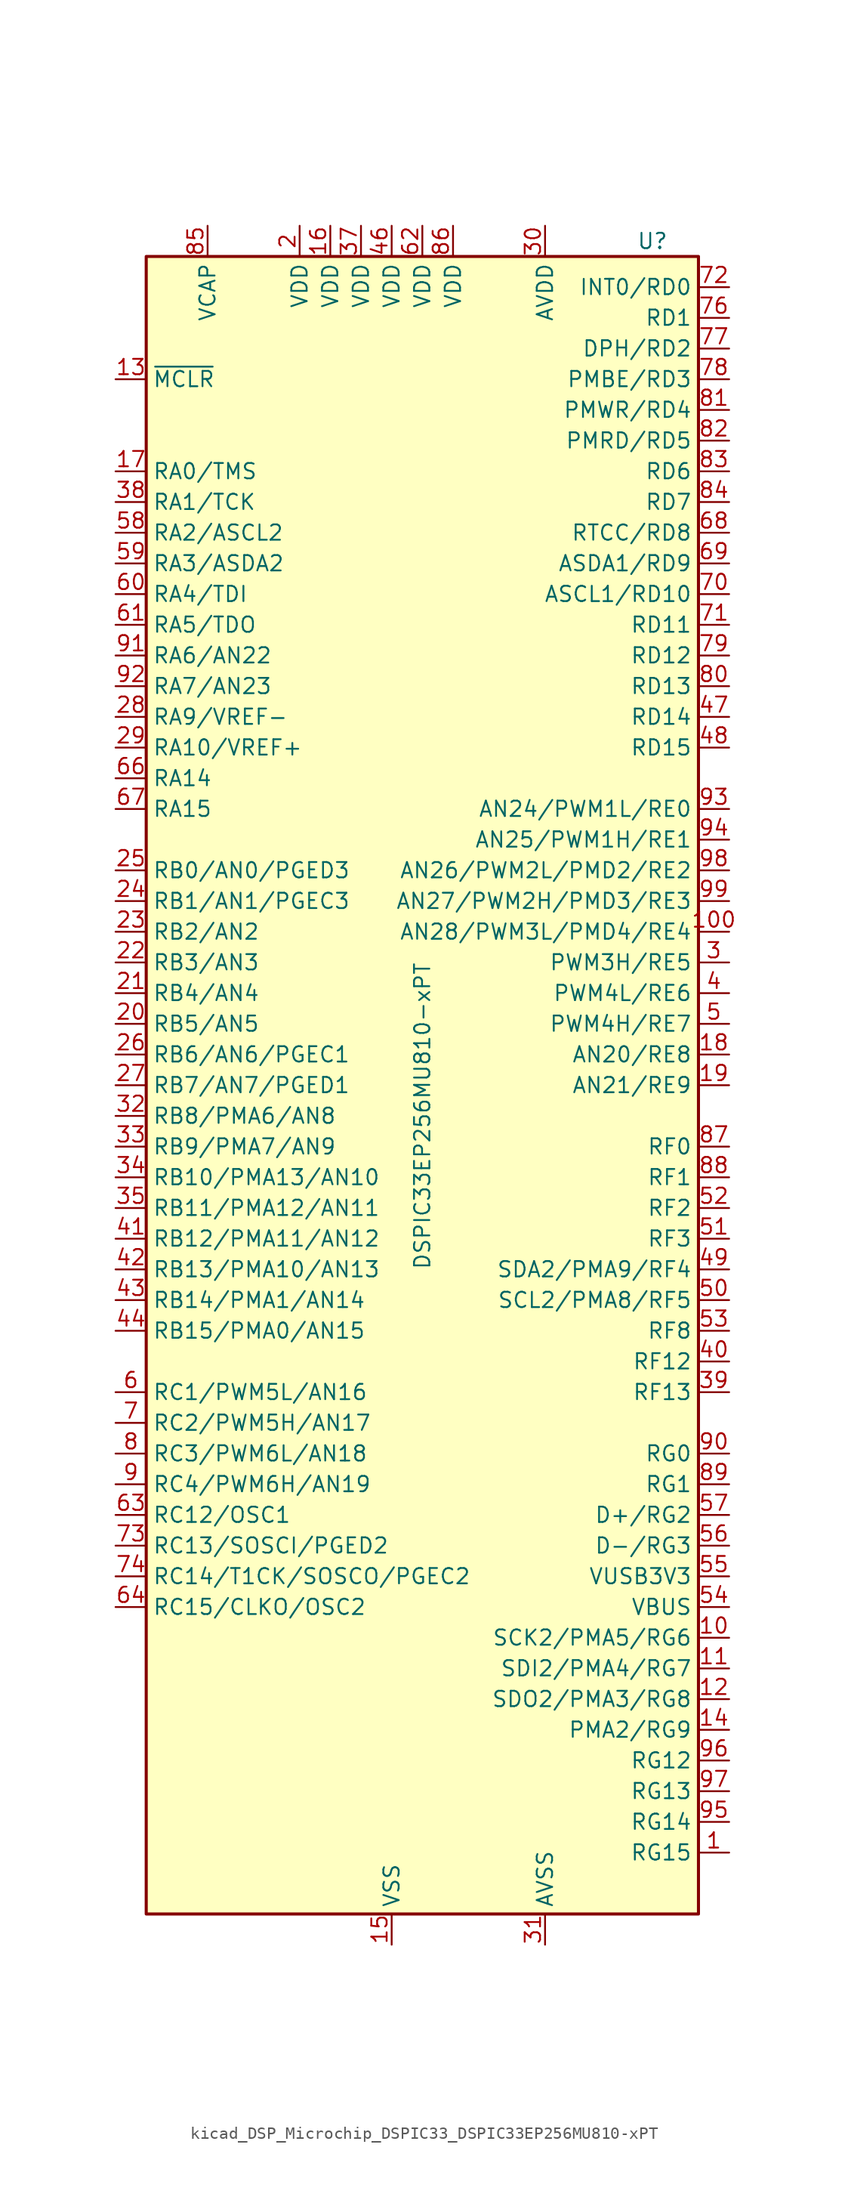
<source format=kicad_sym>
(kicad_symbol_lib
  (version 20220914)
  (generator kicad_symbol_editor)
  (symbol "kicad_DSP_Microchip_DSPIC33_DSPIC33EP256MU810-xPT"
    (property "Reference" "U"
      (at 19.05 69.85 0)
      (effects (font (size 1.27 1.27))))
    (property "Value" "DSPIC33EP256MU810-xPT"
      (at 0 -2.54 90)
      (effects (font (size 1.27 1.27))))
    (symbol "kicad_DSP_Microchip_DSPIC33_DSPIC33EP256MU810-xPT_0_1"
      (rectangle (start -22.86 68.58) (end 22.86 -68.58) (stroke (width 0.254) (type default)) (fill (type background))))
    (symbol "kicad_DSP_Microchip_DSPIC33_DSPIC33EP256MU810-xPT_1_1"
      (pin bidirectional line (at 25.4 -63.5 180) (length 2.54) (name "RG15" (effects (font (size 1.27 1.27)))) (number "1" (effects (font (size 1.27 1.27)))))
      (pin bidirectional line (at 25.4 -45.72 180) (length 2.54) (name "SCK2/PMA5/RG6" (effects (font (size 1.27 1.27)))) (number "10" (effects (font (size 1.27 1.27)))))
      (pin bidirectional line (at 25.4 12.7 180) (length 2.54) (name "AN28/PWM3L/PMD4/RE4" (effects (font (size 1.27 1.27)))) (number "100" (effects (font (size 1.27 1.27)))))
      (pin bidirectional line (at 25.4 -48.26 180) (length 2.54) (name "SDI2/PMA4/RG7" (effects (font (size 1.27 1.27)))) (number "11" (effects (font (size 1.27 1.27)))))
      (pin bidirectional line (at 25.4 -50.8 180) (length 2.54) (name "SDO2/PMA3/RG8" (effects (font (size 1.27 1.27)))) (number "12" (effects (font (size 1.27 1.27)))))
      (pin input line (at -25.4 58.42 0) (length 2.54) (name "~{MCLR}" (effects (font (size 1.27 1.27)))) (number "13" (effects (font (size 1.27 1.27)))))
      (pin bidirectional line (at 25.4 -53.34 180) (length 2.54) (name "PMA2/RG9" (effects (font (size 1.27 1.27)))) (number "14" (effects (font (size 1.27 1.27)))))
      (pin power_in line (at -2.54 -71.12 90) (length 2.54) (name "VSS" (effects (font (size 1.27 1.27)))) (number "15" (effects (font (size 1.27 1.27)))))
      (pin power_in line (at -7.62 71.12 270) (length 2.54) (name "VDD" (effects (font (size 1.27 1.27)))) (number "16" (effects (font (size 1.27 1.27)))))
      (pin bidirectional line (at -25.4 50.8 0) (length 2.54) (name "RA0/TMS" (effects (font (size 1.27 1.27)))) (number "17" (effects (font (size 1.27 1.27)))))
      (pin bidirectional line (at 25.4 2.54 180) (length 2.54) (name "AN20/RE8" (effects (font (size 1.27 1.27)))) (number "18" (effects (font (size 1.27 1.27)))))
      (pin bidirectional line (at 25.4 0 180) (length 2.54) (name "AN21/RE9" (effects (font (size 1.27 1.27)))) (number "19" (effects (font (size 1.27 1.27)))))
      (pin power_in line (at -10.16 71.12 270) (length 2.54) (name "VDD" (effects (font (size 1.27 1.27)))) (number "2" (effects (font (size 1.27 1.27)))))
      (pin bidirectional line (at -25.4 5.08 0) (length 2.54) (name "RB5/AN5" (effects (font (size 1.27 1.27)))) (number "20" (effects (font (size 1.27 1.27)))))
      (pin bidirectional line (at -25.4 7.62 0) (length 2.54) (name "RB4/AN4" (effects (font (size 1.27 1.27)))) (number "21" (effects (font (size 1.27 1.27)))))
      (pin bidirectional line (at -25.4 10.16 0) (length 2.54) (name "RB3/AN3" (effects (font (size 1.27 1.27)))) (number "22" (effects (font (size 1.27 1.27)))))
      (pin bidirectional line (at -25.4 12.7 0) (length 2.54) (name "RB2/AN2" (effects (font (size 1.27 1.27)))) (number "23" (effects (font (size 1.27 1.27)))))
      (pin bidirectional line (at -25.4 15.24 0) (length 2.54) (name "RB1/AN1/PGEC3" (effects (font (size 1.27 1.27)))) (number "24" (effects (font (size 1.27 1.27)))))
      (pin bidirectional line (at -25.4 17.78 0) (length 2.54) (name "RB0/AN0/PGED3" (effects (font (size 1.27 1.27)))) (number "25" (effects (font (size 1.27 1.27)))))
      (pin bidirectional line (at -25.4 2.54 0) (length 2.54) (name "RB6/AN6/PGEC1" (effects (font (size 1.27 1.27)))) (number "26" (effects (font (size 1.27 1.27)))))
      (pin bidirectional line (at -25.4 0 0) (length 2.54) (name "RB7/AN7/PGED1" (effects (font (size 1.27 1.27)))) (number "27" (effects (font (size 1.27 1.27)))))
      (pin bidirectional line (at -25.4 30.48 0) (length 2.54) (name "RA9/VREF-" (effects (font (size 1.27 1.27)))) (number "28" (effects (font (size 1.27 1.27)))))
      (pin bidirectional line (at -25.4 27.94 0) (length 2.54) (name "RA10/VREF+" (effects (font (size 1.27 1.27)))) (number "29" (effects (font (size 1.27 1.27)))))
      (pin bidirectional line (at 25.4 10.16 180) (length 2.54) (name "PWM3H/RE5" (effects (font (size 1.27 1.27)))) (number "3" (effects (font (size 1.27 1.27)))))
      (pin power_in line (at 10.16 71.12 270) (length 2.54) (name "AVDD" (effects (font (size 1.27 1.27)))) (number "30" (effects (font (size 1.27 1.27)))))
      (pin power_in line (at 10.16 -71.12 90) (length 2.54) (name "AVSS" (effects (font (size 1.27 1.27)))) (number "31" (effects (font (size 1.27 1.27)))))
      (pin bidirectional line (at -25.4 -2.54 0) (length 2.54) (name "RB8/PMA6/AN8" (effects (font (size 1.27 1.27)))) (number "32" (effects (font (size 1.27 1.27)))))
      (pin bidirectional line (at -25.4 -5.08 0) (length 2.54) (name "RB9/PMA7/AN9" (effects (font (size 1.27 1.27)))) (number "33" (effects (font (size 1.27 1.27)))))
      (pin bidirectional line (at -25.4 -7.62 0) (length 2.54) (name "RB10/PMA13/AN10" (effects (font (size 1.27 1.27)))) (number "34" (effects (font (size 1.27 1.27)))))
      (pin bidirectional line (at -25.4 -10.16 0) (length 2.54) (name "RB11/PMA12/AN11" (effects (font (size 1.27 1.27)))) (number "35" (effects (font (size 1.27 1.27)))))
      (pin passive line (at -2.54 -71.12 90) (length 2.54) hide (name "VSS" (effects (font (size 1.27 1.27)))) (number "36" (effects (font (size 1.27 1.27)))))
      (pin power_in line (at -5.08 71.12 270) (length 2.54) (name "VDD" (effects (font (size 1.27 1.27)))) (number "37" (effects (font (size 1.27 1.27)))))
      (pin bidirectional line (at -25.4 48.26 0) (length 2.54) (name "RA1/TCK" (effects (font (size 1.27 1.27)))) (number "38" (effects (font (size 1.27 1.27)))))
      (pin bidirectional line (at 25.4 -25.4 180) (length 2.54) (name "RF13" (effects (font (size 1.27 1.27)))) (number "39" (effects (font (size 1.27 1.27)))))
      (pin bidirectional line (at 25.4 7.62 180) (length 2.54) (name "PWM4L/RE6" (effects (font (size 1.27 1.27)))) (number "4" (effects (font (size 1.27 1.27)))))
      (pin bidirectional line (at 25.4 -22.86 180) (length 2.54) (name "RF12" (effects (font (size 1.27 1.27)))) (number "40" (effects (font (size 1.27 1.27)))))
      (pin bidirectional line (at -25.4 -12.7 0) (length 2.54) (name "RB12/PMA11/AN12" (effects (font (size 1.27 1.27)))) (number "41" (effects (font (size 1.27 1.27)))))
      (pin bidirectional line (at -25.4 -15.24 0) (length 2.54) (name "RB13/PMA10/AN13" (effects (font (size 1.27 1.27)))) (number "42" (effects (font (size 1.27 1.27)))))
      (pin bidirectional line (at -25.4 -17.78 0) (length 2.54) (name "RB14/PMA1/AN14" (effects (font (size 1.27 1.27)))) (number "43" (effects (font (size 1.27 1.27)))))
      (pin bidirectional line (at -25.4 -20.32 0) (length 2.54) (name "RB15/PMA0/AN15" (effects (font (size 1.27 1.27)))) (number "44" (effects (font (size 1.27 1.27)))))
      (pin passive line (at -2.54 -71.12 90) (length 2.54) hide (name "VSS" (effects (font (size 1.27 1.27)))) (number "45" (effects (font (size 1.27 1.27)))))
      (pin power_in line (at -2.54 71.12 270) (length 2.54) (name "VDD" (effects (font (size 1.27 1.27)))) (number "46" (effects (font (size 1.27 1.27)))))
      (pin bidirectional line (at 25.4 30.48 180) (length 2.54) (name "RD14" (effects (font (size 1.27 1.27)))) (number "47" (effects (font (size 1.27 1.27)))))
      (pin bidirectional line (at 25.4 27.94 180) (length 2.54) (name "RD15" (effects (font (size 1.27 1.27)))) (number "48" (effects (font (size 1.27 1.27)))))
      (pin bidirectional line (at 25.4 -15.24 180) (length 2.54) (name "SDA2/PMA9/RF4" (effects (font (size 1.27 1.27)))) (number "49" (effects (font (size 1.27 1.27)))))
      (pin bidirectional line (at 25.4 5.08 180) (length 2.54) (name "PWM4H/RE7" (effects (font (size 1.27 1.27)))) (number "5" (effects (font (size 1.27 1.27)))))
      (pin bidirectional line (at 25.4 -17.78 180) (length 2.54) (name "SCL2/PMA8/RF5" (effects (font (size 1.27 1.27)))) (number "50" (effects (font (size 1.27 1.27)))))
      (pin bidirectional line (at 25.4 -12.7 180) (length 2.54) (name "RF3" (effects (font (size 1.27 1.27)))) (number "51" (effects (font (size 1.27 1.27)))))
      (pin bidirectional line (at 25.4 -10.16 180) (length 2.54) (name "RF2" (effects (font (size 1.27 1.27)))) (number "52" (effects (font (size 1.27 1.27)))))
      (pin bidirectional line (at 25.4 -20.32 180) (length 2.54) (name "RF8" (effects (font (size 1.27 1.27)))) (number "53" (effects (font (size 1.27 1.27)))))
      (pin bidirectional line (at 25.4 -43.18 180) (length 2.54) (name "VBUS" (effects (font (size 1.27 1.27)))) (number "54" (effects (font (size 1.27 1.27)))))
      (pin bidirectional line (at 25.4 -40.64 180) (length 2.54) (name "VUSB3V3" (effects (font (size 1.27 1.27)))) (number "55" (effects (font (size 1.27 1.27)))))
      (pin bidirectional line (at 25.4 -38.1 180) (length 2.54) (name "D-/RG3" (effects (font (size 1.27 1.27)))) (number "56" (effects (font (size 1.27 1.27)))))
      (pin bidirectional line (at 25.4 -35.56 180) (length 2.54) (name "D+/RG2" (effects (font (size 1.27 1.27)))) (number "57" (effects (font (size 1.27 1.27)))))
      (pin bidirectional line (at -25.4 45.72 0) (length 2.54) (name "RA2/ASCL2" (effects (font (size 1.27 1.27)))) (number "58" (effects (font (size 1.27 1.27)))))
      (pin bidirectional line (at -25.4 43.18 0) (length 2.54) (name "RA3/ASDA2" (effects (font (size 1.27 1.27)))) (number "59" (effects (font (size 1.27 1.27)))))
      (pin bidirectional line (at -25.4 -25.4 0) (length 2.54) (name "RC1/PWM5L/AN16" (effects (font (size 1.27 1.27)))) (number "6" (effects (font (size 1.27 1.27)))))
      (pin bidirectional line (at -25.4 40.64 0) (length 2.54) (name "RA4/TDI" (effects (font (size 1.27 1.27)))) (number "60" (effects (font (size 1.27 1.27)))))
      (pin bidirectional line (at -25.4 38.1 0) (length 2.54) (name "RA5/TDO" (effects (font (size 1.27 1.27)))) (number "61" (effects (font (size 1.27 1.27)))))
      (pin power_in line (at 0 71.12 270) (length 2.54) (name "VDD" (effects (font (size 1.27 1.27)))) (number "62" (effects (font (size 1.27 1.27)))))
      (pin bidirectional line (at -25.4 -35.56 0) (length 2.54) (name "RC12/OSC1" (effects (font (size 1.27 1.27)))) (number "63" (effects (font (size 1.27 1.27)))))
      (pin bidirectional line (at -25.4 -43.18 0) (length 2.54) (name "RC15/CLKO/OSC2" (effects (font (size 1.27 1.27)))) (number "64" (effects (font (size 1.27 1.27)))))
      (pin passive line (at -2.54 -71.12 90) (length 2.54) hide (name "VSS" (effects (font (size 1.27 1.27)))) (number "65" (effects (font (size 1.27 1.27)))))
      (pin bidirectional line (at -25.4 25.4 0) (length 2.54) (name "RA14" (effects (font (size 1.27 1.27)))) (number "66" (effects (font (size 1.27 1.27)))))
      (pin bidirectional line (at -25.4 22.86 0) (length 2.54) (name "RA15" (effects (font (size 1.27 1.27)))) (number "67" (effects (font (size 1.27 1.27)))))
      (pin bidirectional line (at 25.4 45.72 180) (length 2.54) (name "RTCC/RD8" (effects (font (size 1.27 1.27)))) (number "68" (effects (font (size 1.27 1.27)))))
      (pin bidirectional line (at 25.4 43.18 180) (length 2.54) (name "ASDA1/RD9" (effects (font (size 1.27 1.27)))) (number "69" (effects (font (size 1.27 1.27)))))
      (pin bidirectional line (at -25.4 -27.94 0) (length 2.54) (name "RC2/PWM5H/AN17" (effects (font (size 1.27 1.27)))) (number "7" (effects (font (size 1.27 1.27)))))
      (pin bidirectional line (at 25.4 40.64 180) (length 2.54) (name "ASCL1/RD10" (effects (font (size 1.27 1.27)))) (number "70" (effects (font (size 1.27 1.27)))))
      (pin bidirectional line (at 25.4 38.1 180) (length 2.54) (name "RD11" (effects (font (size 1.27 1.27)))) (number "71" (effects (font (size 1.27 1.27)))))
      (pin bidirectional line (at 25.4 66.04 180) (length 2.54) (name "INT0/RD0" (effects (font (size 1.27 1.27)))) (number "72" (effects (font (size 1.27 1.27)))))
      (pin bidirectional line (at -25.4 -38.1 0) (length 2.54) (name "RC13/SOSCI/PGED2" (effects (font (size 1.27 1.27)))) (number "73" (effects (font (size 1.27 1.27)))))
      (pin bidirectional line (at -25.4 -40.64 0) (length 2.54) (name "RC14/T1CK/SOSCO/PGEC2" (effects (font (size 1.27 1.27)))) (number "74" (effects (font (size 1.27 1.27)))))
      (pin passive line (at -2.54 -71.12 90) (length 2.54) hide (name "VSS" (effects (font (size 1.27 1.27)))) (number "75" (effects (font (size 1.27 1.27)))))
      (pin bidirectional line (at 25.4 63.5 180) (length 2.54) (name "RD1" (effects (font (size 1.27 1.27)))) (number "76" (effects (font (size 1.27 1.27)))))
      (pin bidirectional line (at 25.4 60.96 180) (length 2.54) (name "DPH/RD2" (effects (font (size 1.27 1.27)))) (number "77" (effects (font (size 1.27 1.27)))))
      (pin bidirectional line (at 25.4 58.42 180) (length 2.54) (name "PMBE/RD3" (effects (font (size 1.27 1.27)))) (number "78" (effects (font (size 1.27 1.27)))))
      (pin bidirectional line (at 25.4 35.56 180) (length 2.54) (name "RD12" (effects (font (size 1.27 1.27)))) (number "79" (effects (font (size 1.27 1.27)))))
      (pin bidirectional line (at -25.4 -30.48 0) (length 2.54) (name "RC3/PWM6L/AN18" (effects (font (size 1.27 1.27)))) (number "8" (effects (font (size 1.27 1.27)))))
      (pin bidirectional line (at 25.4 33.02 180) (length 2.54) (name "RD13" (effects (font (size 1.27 1.27)))) (number "80" (effects (font (size 1.27 1.27)))))
      (pin bidirectional line (at 25.4 55.88 180) (length 2.54) (name "PMWR/RD4" (effects (font (size 1.27 1.27)))) (number "81" (effects (font (size 1.27 1.27)))))
      (pin bidirectional line (at 25.4 53.34 180) (length 2.54) (name "PMRD/RD5" (effects (font (size 1.27 1.27)))) (number "82" (effects (font (size 1.27 1.27)))))
      (pin bidirectional line (at 25.4 50.8 180) (length 2.54) (name "RD6" (effects (font (size 1.27 1.27)))) (number "83" (effects (font (size 1.27 1.27)))))
      (pin bidirectional line (at 25.4 48.26 180) (length 2.54) (name "RD7" (effects (font (size 1.27 1.27)))) (number "84" (effects (font (size 1.27 1.27)))))
      (pin passive line (at -17.78 71.12 270) (length 2.54) (name "VCAP" (effects (font (size 1.27 1.27)))) (number "85" (effects (font (size 1.27 1.27)))))
      (pin power_in line (at 2.54 71.12 270) (length 2.54) (name "VDD" (effects (font (size 1.27 1.27)))) (number "86" (effects (font (size 1.27 1.27)))))
      (pin bidirectional line (at 25.4 -5.08 180) (length 2.54) (name "RF0" (effects (font (size 1.27 1.27)))) (number "87" (effects (font (size 1.27 1.27)))))
      (pin bidirectional line (at 25.4 -7.62 180) (length 2.54) (name "RF1" (effects (font (size 1.27 1.27)))) (number "88" (effects (font (size 1.27 1.27)))))
      (pin bidirectional line (at 25.4 -33.02 180) (length 2.54) (name "RG1" (effects (font (size 1.27 1.27)))) (number "89" (effects (font (size 1.27 1.27)))))
      (pin bidirectional line (at -25.4 -33.02 0) (length 2.54) (name "RC4/PWM6H/AN19" (effects (font (size 1.27 1.27)))) (number "9" (effects (font (size 1.27 1.27)))))
      (pin bidirectional line (at 25.4 -30.48 180) (length 2.54) (name "RG0" (effects (font (size 1.27 1.27)))) (number "90" (effects (font (size 1.27 1.27)))))
      (pin bidirectional line (at -25.4 35.56 0) (length 2.54) (name "RA6/AN22" (effects (font (size 1.27 1.27)))) (number "91" (effects (font (size 1.27 1.27)))))
      (pin bidirectional line (at -25.4 33.02 0) (length 2.54) (name "RA7/AN23" (effects (font (size 1.27 1.27)))) (number "92" (effects (font (size 1.27 1.27)))))
      (pin bidirectional line (at 25.4 22.86 180) (length 2.54) (name "AN24/PWM1L/RE0" (effects (font (size 1.27 1.27)))) (number "93" (effects (font (size 1.27 1.27)))))
      (pin bidirectional line (at 25.4 20.32 180) (length 2.54) (name "AN25/PWM1H/RE1" (effects (font (size 1.27 1.27)))) (number "94" (effects (font (size 1.27 1.27)))))
      (pin bidirectional line (at 25.4 -60.96 180) (length 2.54) (name "RG14" (effects (font (size 1.27 1.27)))) (number "95" (effects (font (size 1.27 1.27)))))
      (pin bidirectional line (at 25.4 -55.88 180) (length 2.54) (name "RG12" (effects (font (size 1.27 1.27)))) (number "96" (effects (font (size 1.27 1.27)))))
      (pin bidirectional line (at 25.4 -58.42 180) (length 2.54) (name "RG13" (effects (font (size 1.27 1.27)))) (number "97" (effects (font (size 1.27 1.27)))))
      (pin bidirectional line (at 25.4 17.78 180) (length 2.54) (name "AN26/PWM2L/PMD2/RE2" (effects (font (size 1.27 1.27)))) (number "98" (effects (font (size 1.27 1.27)))))
      (pin bidirectional line (at 25.4 15.24 180) (length 2.54) (name "AN27/PWM2H/PMD3/RE3" (effects (font (size 1.27 1.27)))) (number "99" (effects (font (size 1.27 1.27))))))))
</source>
